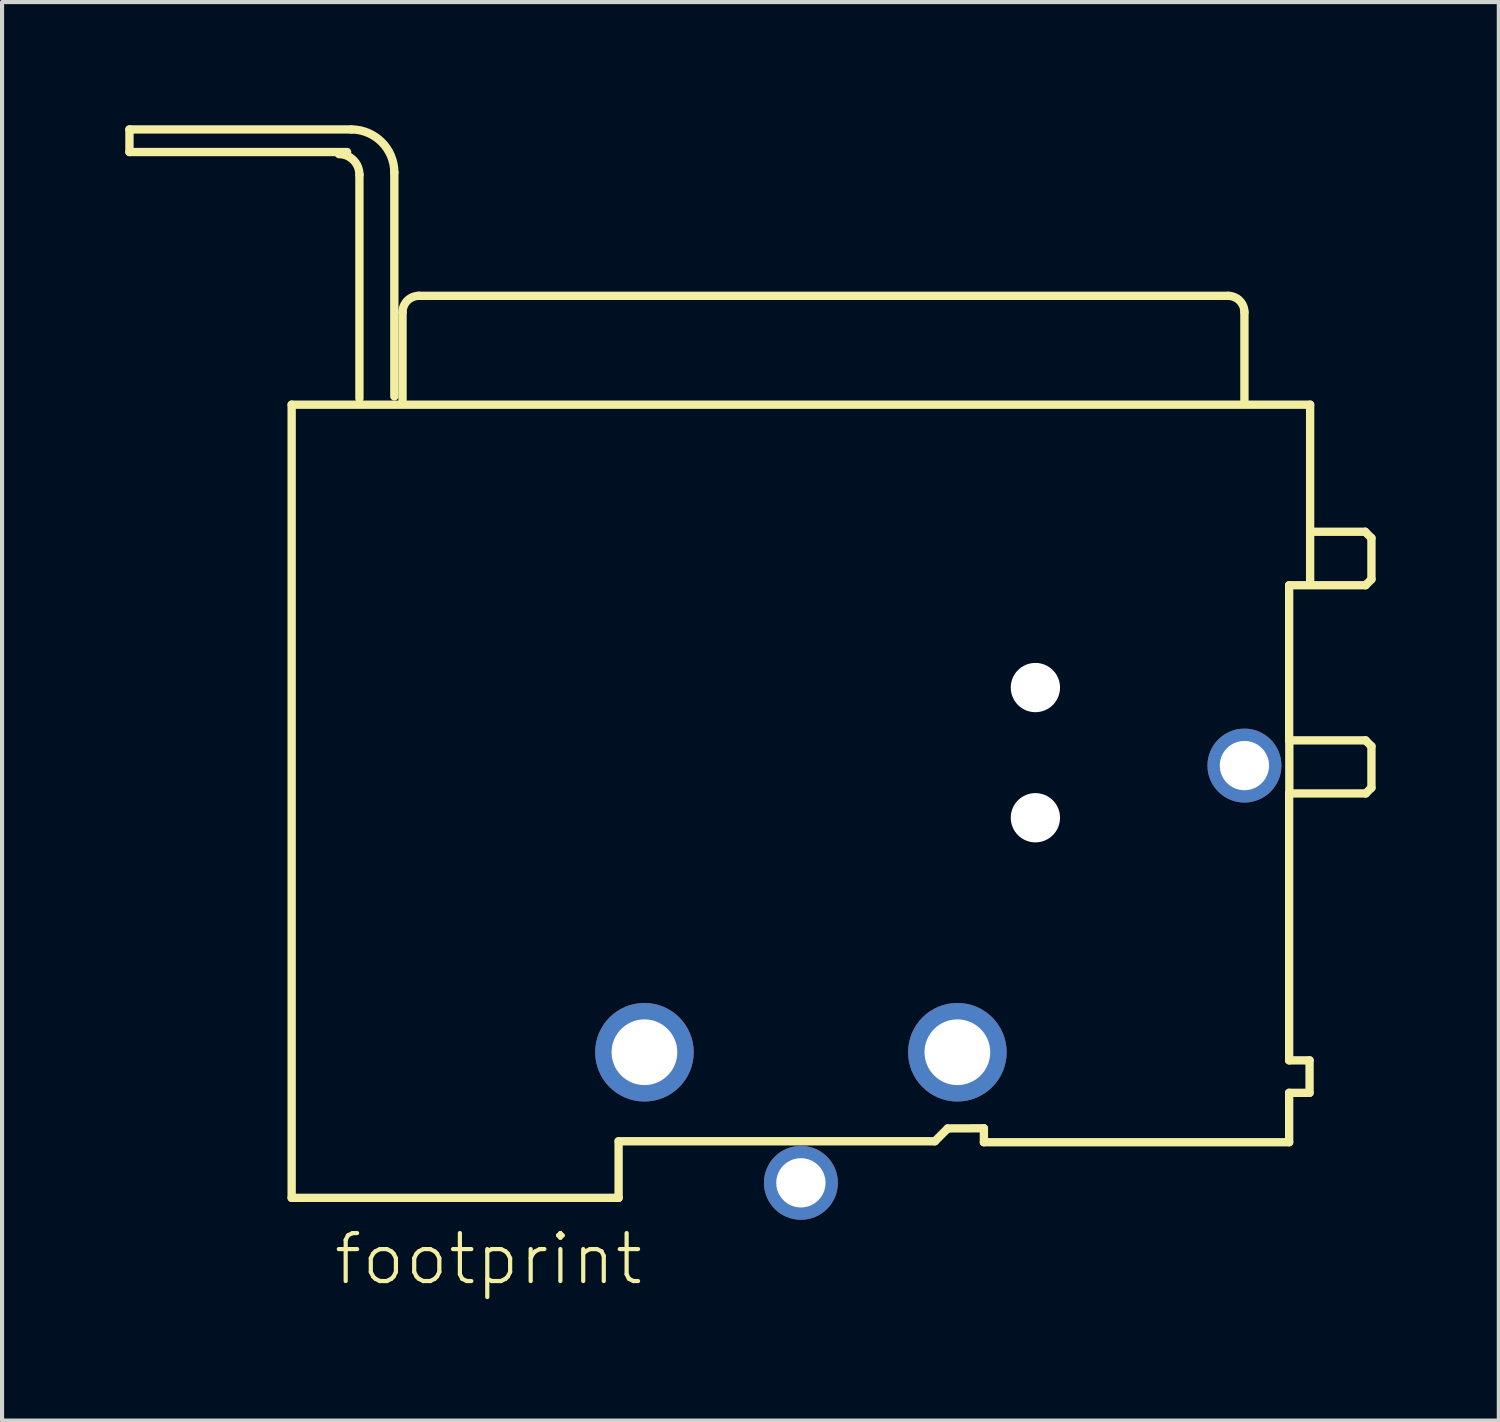
<source format=kicad_pcb>
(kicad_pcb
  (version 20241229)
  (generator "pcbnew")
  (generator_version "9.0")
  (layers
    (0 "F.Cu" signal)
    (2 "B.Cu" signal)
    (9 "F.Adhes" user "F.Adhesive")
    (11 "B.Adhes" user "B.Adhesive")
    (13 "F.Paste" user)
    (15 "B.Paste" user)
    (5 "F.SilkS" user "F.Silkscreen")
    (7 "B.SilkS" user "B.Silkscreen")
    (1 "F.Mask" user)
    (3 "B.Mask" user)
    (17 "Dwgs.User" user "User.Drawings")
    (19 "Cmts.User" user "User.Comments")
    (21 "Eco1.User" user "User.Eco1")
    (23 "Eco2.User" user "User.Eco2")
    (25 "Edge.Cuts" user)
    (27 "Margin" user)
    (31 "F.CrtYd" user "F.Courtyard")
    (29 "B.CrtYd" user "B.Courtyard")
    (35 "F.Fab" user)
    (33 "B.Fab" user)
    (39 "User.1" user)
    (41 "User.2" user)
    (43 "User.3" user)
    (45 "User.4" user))
  (footprint "footprint"
    (layer "F.Cu")
    (at 16.452 25.752)
    (property "Reference" "footprint" (at -11.43 2.54 0) (layer "F.SilkS") (effects (font (size 1.168 1.168) (thickness 0.102)) (justify left bottom)))
    (fp_line (start -16.35 -25.65) (end -16.35 -25.1) (stroke (width 0.203) (type solid)) (layer "F.SilkS"))
    (fp_line (start -16.35 -25.1) (end -11.05 -25.1) (stroke (width 0.203) (type solid)) (layer "F.SilkS"))
    (fp_line (start -12.4 -18.948) (end -12.4 0.366) (stroke (width 0.203) (type solid)) (layer "F.SilkS"))
    (fp_line (start -12.4 0.366) (end -4.439 0.366) (stroke (width 0.203) (type solid)) (layer "F.SilkS"))
    (fp_line (start -10.95 -25.65) (end -16.35 -25.65) (stroke (width 0.203) (type solid)) (layer "F.SilkS"))
    (fp_line (start -10.75 -19.1) (end -10.75 -24.55) (stroke (width 0.203) (type solid)) (layer "F.SilkS"))
    (fp_line (start -9.9 -19.15) (end -9.9 -24.6) (stroke (width 0.203) (type solid)) (layer "F.SilkS"))
    (fp_line (start -9.7 -21.198) (end -9.7 -19.049) (stroke (width 0.203) (type solid)) (layer "F.SilkS"))
    (fp_line (start -4.439 -1.012) (end 3.262 -1.012) (stroke (width 0.203) (type solid)) (layer "F.SilkS"))
    (fp_line (start -4.439 0.366) (end -4.439 -1.012) (stroke (width 0.203) (type solid)) (layer "F.SilkS"))
    (fp_line (start 3.262 -1.012) (end 3.576 -1.325) (stroke (width 0.203) (type solid)) (layer "F.SilkS"))
    (fp_line (start 3.576 -1.325) (end 4.456 -1.328) (stroke (width 0.203) (type solid)) (layer "F.SilkS"))
    (fp_line (start 4.456 -0.989) (end 11.889 -0.989) (stroke (width 0.203) (type solid)) (layer "F.SilkS"))
    (fp_line (start 4.456 -1.328) (end 4.456 -0.989) (stroke (width 0.203) (type solid)) (layer "F.SilkS"))
    (fp_line (start 10.4 -21.599) (end -9.3 -21.599) (stroke (width 0.203) (type solid)) (layer "F.SilkS"))
    (fp_line (start 10.8 -19.049) (end 10.8 -21.198) (stroke (width 0.203) (type solid)) (layer "F.SilkS"))
    (fp_line (start 11.889 -14.552) (end 13.75 -14.552) (stroke (width 0.203) (type solid)) (layer "F.SilkS"))
    (fp_line (start 11.889 -10.774) (end 11.889 -14.552) (stroke (width 0.203) (type solid)) (layer "F.SilkS"))
    (fp_line (start 11.889 -9.482) (end 13.755 -9.482) (stroke (width 0.203) (type solid)) (layer "F.SilkS"))
    (fp_line (start 11.889 -2.982) (end 11.889 -9.482) (stroke (width 0.203) (type solid)) (layer "F.SilkS"))
    (fp_line (start 11.889 -2.192) (end 12.386 -2.192) (stroke (width 0.203) (type solid)) (layer "F.SilkS"))
    (fp_line (start 11.889 -0.989) (end 11.889 -2.192) (stroke (width 0.203) (type solid)) (layer "F.SilkS"))
    (fp_line (start 11.893 -9.521) (end 11.893 -10.755) (stroke (width 0.203) (type solid)) (layer "F.SilkS"))
    (fp_line (start 12.386 -2.982) (end 11.889 -2.982) (stroke (width 0.203) (type solid)) (layer "F.SilkS"))
    (fp_line (start 12.386 -2.192) (end 12.386 -2.982) (stroke (width 0.203) (type solid)) (layer "F.SilkS"))
    (fp_line (start 12.4 -18.948) (end -12.4 -18.948) (stroke (width 0.203) (type solid)) (layer "F.SilkS"))
    (fp_line (start 12.4 -15.854) (end 12.4 -18.948) (stroke (width 0.203) (type solid)) (layer "F.SilkS"))
    (fp_line (start 12.4 -14.609) (end 12.4 -15.844) (stroke (width 0.203) (type solid)) (layer "F.SilkS"))
    (fp_line (start 13.74 -15.854) (end 12.4 -15.854) (stroke (width 0.203) (type solid)) (layer "F.SilkS"))
    (fp_line (start 13.75 -14.552) (end 13.893 -14.695) (stroke (width 0.203) (type solid)) (layer "F.SilkS"))
    (fp_line (start 13.75 -10.774) (end 11.889 -10.774) (stroke (width 0.203) (type solid)) (layer "F.SilkS"))
    (fp_line (start 13.755 -9.482) (end 13.893 -9.62) (stroke (width 0.203) (type solid)) (layer "F.SilkS"))
    (fp_line (start 13.893 -15.701) (end 13.74 -15.854) (stroke (width 0.203) (type solid)) (layer "F.SilkS"))
    (fp_line (start 13.893 -14.695) (end 13.893 -15.701) (stroke (width 0.203) (type solid)) (layer "F.SilkS"))
    (fp_line (start 13.893 -10.631) (end 13.75 -10.774) (stroke (width 0.203) (type solid)) (layer "F.SilkS"))
    (fp_line (start 13.893 -9.62) (end 13.893 -10.631) (stroke (width 0.203) (type solid)) (layer "F.SilkS"))
    (fp_arc (start -11.25 -25.05) (mid -10.896447 -24.903553) (end -10.75 -24.55) (stroke (width 0.2032) (type solid)) (layer "F.SilkS"))
    (fp_arc (start -10.95 -25.65) (mid -10.207538 -25.342462) (end -9.9 -24.6) (stroke (width 0.2032) (type solid)) (layer "F.SilkS"))
    (fp_arc (start -9.7 -21.1985) (mid -9.582843 -21.481343) (end -9.3 -21.5985) (stroke (width 0.2032) (type solid)) (layer "F.SilkS"))
    (fp_arc (start 10.4 -21.5985) (mid 10.682843 -21.481343) (end 10.8 -21.1985) (stroke (width 0.2032) (type solid)) (layer "F.SilkS"))
    (pad "" np_thru_hole circle (at 5.71 -12.06) (size 1.2 1.2) (drill 1.2) (layers "*.Cu" "*.Mask"))
    (pad "" np_thru_hole circle (at 5.71 -8.89) (size 1.2 1.2) (drill 1.2) (layers "*.Cu" "*.Mask"))
    (pad "1" thru_hole circle (at -3.81 -3.18) (size 2.4 2.4) (drill 1.6) (layers "*.Cu" "*.Mask"))
    (pad "2" thru_hole circle (at 0 0) (size 1.8 1.8) (drill 1.2) (layers "*.Cu" "*.Mask"))
    (pad "3" thru_hole circle (at 3.81 -3.18) (size 2.4 2.4) (drill 1.6) (layers "*.Cu" "*.Mask"))
    (pad "G" thru_hole circle (at 10.8 -10.16) (size 1.8 1.8) (drill 1.2) (layers "*.Cu" "*.Mask")))
  (gr_rect
    (start -3 -3)
    (end 33.446 31.542)
    (stroke (width 0.1) (type default))
    (fill no)
    (layer "Edge.Cuts")))
</source>
